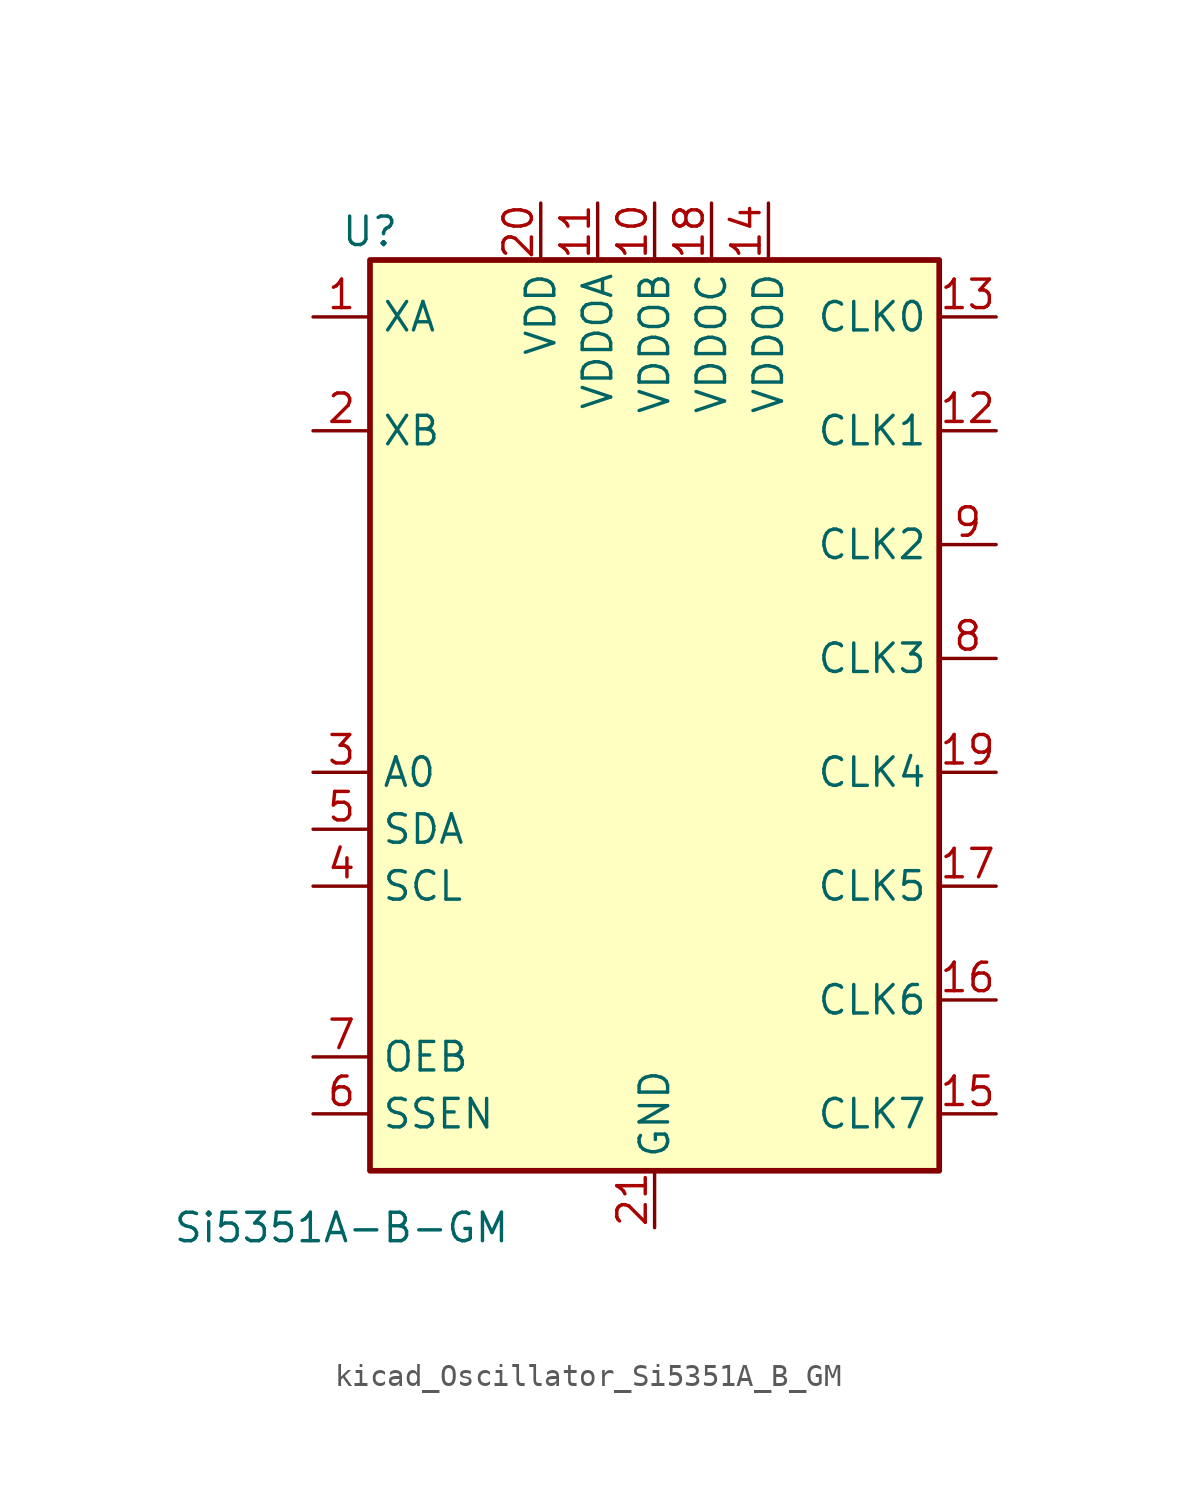
<source format=kicad_sym>
(kicad_symbol_lib
  (version 20220914)
  (generator kicad_symbol_editor)
  (symbol "kicad_Oscillator_Si5351A_B_GM"
    (property "Reference" "U"
      (at -12.7 21.59 0)
      (effects (font (size 1.27 1.27))))
    (property "Value" "Si5351A-B-GM"
      (at -13.97 -22.86 0)
      (effects (font (size 1.27 1.27))))
    (symbol "kicad_Oscillator_Si5351A_B_GM_1_1"
      (rectangle (start -12.7 20.32) (end 12.7 -20.32) (stroke (width 0.254) (type default)) (fill (type background)))
      (pin input line (at -15.24 17.78 0) (length 2.54) (name "XA" (effects (font (size 1.27 1.27)))) (number "1" (effects (font (size 1.27 1.27)))))
      (pin power_in line (at 0 22.86 270) (length 2.54) (name "VDDOB" (effects (font (size 1.27 1.27)))) (number "10" (effects (font (size 1.27 1.27)))))
      (pin power_in line (at -2.54 22.86 270) (length 2.54) (name "VDDOA" (effects (font (size 1.27 1.27)))) (number "11" (effects (font (size 1.27 1.27)))))
      (pin output line (at 15.24 12.7 180) (length 2.54) (name "CLK1" (effects (font (size 1.27 1.27)))) (number "12" (effects (font (size 1.27 1.27)))))
      (pin output line (at 15.24 17.78 180) (length 2.54) (name "CLK0" (effects (font (size 1.27 1.27)))) (number "13" (effects (font (size 1.27 1.27)))))
      (pin power_in line (at 5.08 22.86 270) (length 2.54) (name "VDDOD" (effects (font (size 1.27 1.27)))) (number "14" (effects (font (size 1.27 1.27)))))
      (pin output line (at 15.24 -17.78 180) (length 2.54) (name "CLK7" (effects (font (size 1.27 1.27)))) (number "15" (effects (font (size 1.27 1.27)))))
      (pin output line (at 15.24 -12.7 180) (length 2.54) (name "CLK6" (effects (font (size 1.27 1.27)))) (number "16" (effects (font (size 1.27 1.27)))))
      (pin output line (at 15.24 -7.62 180) (length 2.54) (name "CLK5" (effects (font (size 1.27 1.27)))) (number "17" (effects (font (size 1.27 1.27)))))
      (pin power_in line (at 2.54 22.86 270) (length 2.54) (name "VDDOC" (effects (font (size 1.27 1.27)))) (number "18" (effects (font (size 1.27 1.27)))))
      (pin output line (at 15.24 -2.54 180) (length 2.54) (name "CLK4" (effects (font (size 1.27 1.27)))) (number "19" (effects (font (size 1.27 1.27)))))
      (pin input line (at -15.24 12.7 0) (length 2.54) (name "XB" (effects (font (size 1.27 1.27)))) (number "2" (effects (font (size 1.27 1.27)))))
      (pin power_in line (at -5.08 22.86 270) (length 2.54) (name "VDD" (effects (font (size 1.27 1.27)))) (number "20" (effects (font (size 1.27 1.27)))))
      (pin power_in line (at 0 -22.86 90) (length 2.54) (name "GND" (effects (font (size 1.27 1.27)))) (number "21" (effects (font (size 1.27 1.27)))))
      (pin input line (at -15.24 -2.54 0) (length 2.54) (name "A0" (effects (font (size 1.27 1.27)))) (number "3" (effects (font (size 1.27 1.27)))))
      (pin input line (at -15.24 -7.62 0) (length 2.54) (name "SCL" (effects (font (size 1.27 1.27)))) (number "4" (effects (font (size 1.27 1.27)))))
      (pin bidirectional line (at -15.24 -5.08 0) (length 2.54) (name "SDA" (effects (font (size 1.27 1.27)))) (number "5" (effects (font (size 1.27 1.27)))))
      (pin input line (at -15.24 -17.78 0) (length 2.54) (name "SSEN" (effects (font (size 1.27 1.27)))) (number "6" (effects (font (size 1.27 1.27)))))
      (pin input line (at -15.24 -15.24 0) (length 2.54) (name "OEB" (effects (font (size 1.27 1.27)))) (number "7" (effects (font (size 1.27 1.27)))))
      (pin output line (at 15.24 2.54 180) (length 2.54) (name "CLK3" (effects (font (size 1.27 1.27)))) (number "8" (effects (font (size 1.27 1.27)))))
      (pin output line (at 15.24 7.62 180) (length 2.54) (name "CLK2" (effects (font (size 1.27 1.27)))) (number "9" (effects (font (size 1.27 1.27))))))))
</source>
